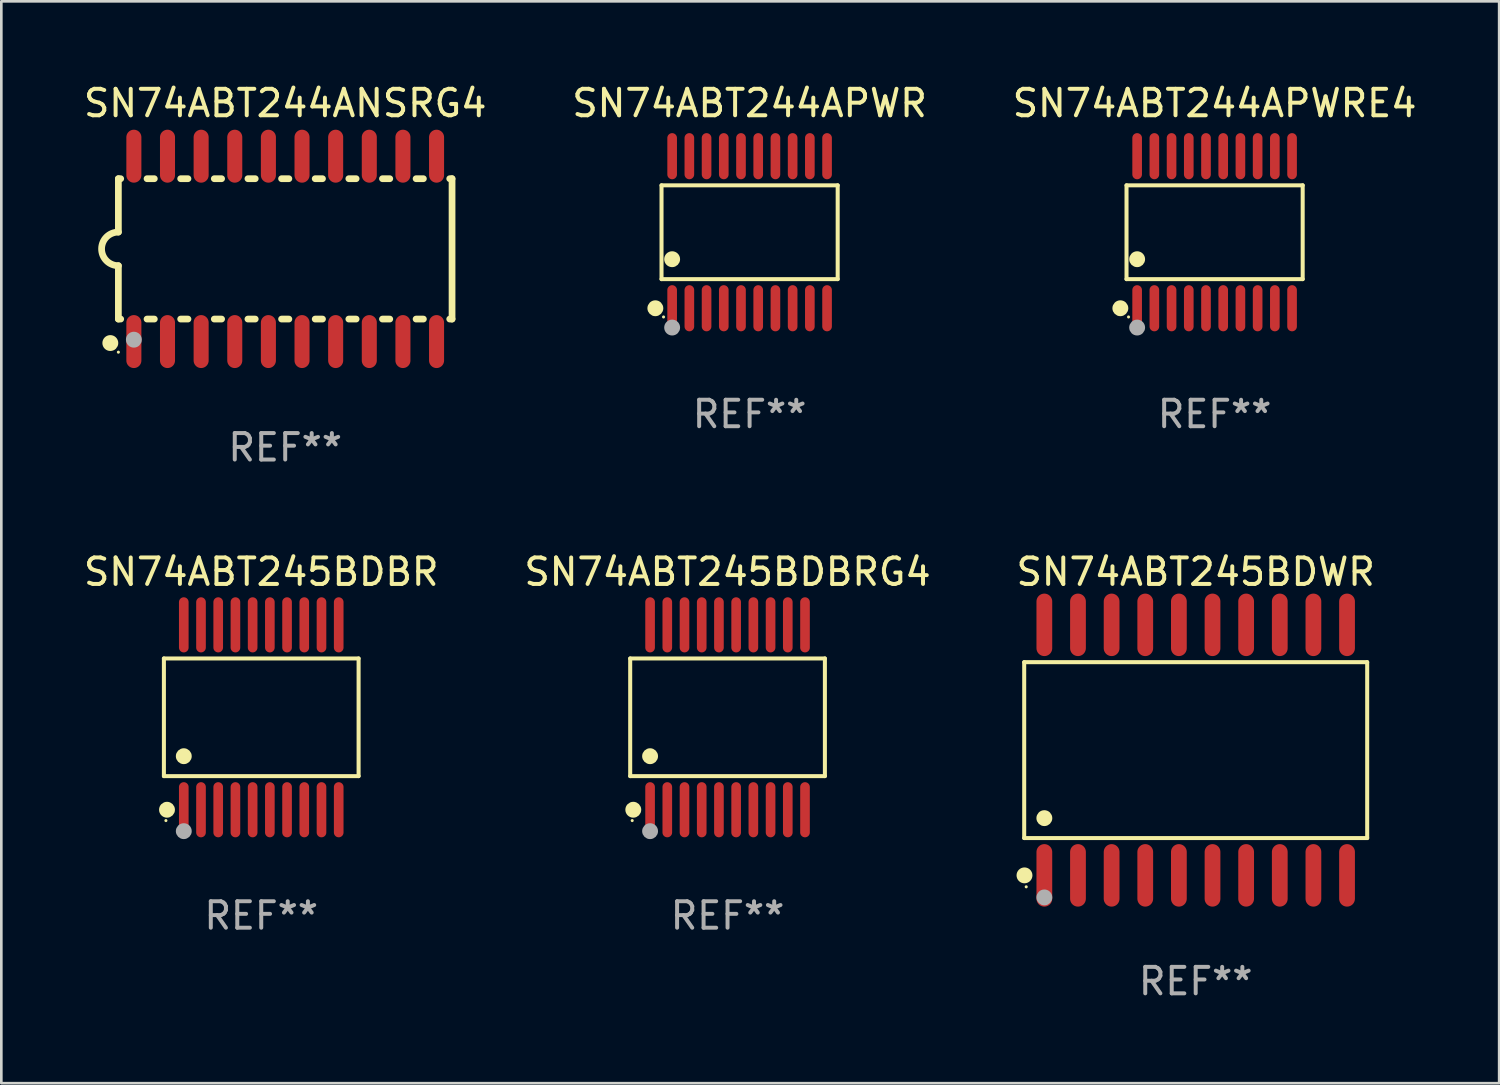
<source format=kicad_pcb>
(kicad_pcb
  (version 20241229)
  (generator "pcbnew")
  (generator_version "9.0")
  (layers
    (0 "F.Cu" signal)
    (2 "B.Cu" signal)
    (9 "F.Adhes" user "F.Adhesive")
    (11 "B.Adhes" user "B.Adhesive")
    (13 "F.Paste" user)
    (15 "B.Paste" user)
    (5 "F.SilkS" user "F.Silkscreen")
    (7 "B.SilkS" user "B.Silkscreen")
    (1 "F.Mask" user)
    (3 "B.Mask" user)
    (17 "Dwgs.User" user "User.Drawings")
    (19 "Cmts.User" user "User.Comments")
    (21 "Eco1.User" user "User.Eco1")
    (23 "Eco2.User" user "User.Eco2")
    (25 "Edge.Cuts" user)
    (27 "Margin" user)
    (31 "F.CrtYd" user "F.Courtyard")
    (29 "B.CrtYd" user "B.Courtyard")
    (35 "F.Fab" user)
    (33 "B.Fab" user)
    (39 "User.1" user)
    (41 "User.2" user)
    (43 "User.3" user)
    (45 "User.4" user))
  (footprint "SN74ABT245BDBR"
    (layer "F.Cu")
    (at 6.815 24.036)
    (property "Reference" "SN74ABT245BDBR" (at 0 -5.491 0) (layer "F.SilkS") (effects (font (size 1 1) (thickness 0.15))))
    (attr through_hole)
    (fp_line (start -3.676 -2.221) (end 3.676 -2.221) (stroke (width 0.152) (type solid)) (layer "F.SilkS"))
    (fp_line (start -3.676 2.221) (end -3.676 -2.221) (stroke (width 0.152) (type solid)) (layer "F.SilkS"))
    (fp_line (start 3.676 -2.221) (end 3.676 2.221) (stroke (width 0.152) (type solid)) (layer "F.SilkS"))
    (fp_line (start 3.676 2.221) (end -3.676 2.221) (stroke (width 0.152) (type solid)) (layer "F.SilkS"))
    (fp_circle (center -3.6 3.9) (end -3.57 3.9) (stroke (width 0.06) (type solid)) (fill no) (layer "F.SilkS"))
    (fp_circle (center -3.559 3.491) (end -3.409 3.491) (stroke (width 0.3) (type solid)) (fill no) (layer "F.SilkS"))
    (fp_circle (center -2.925 1.469) (end -2.775 1.469) (stroke (width 0.3) (type solid)) (fill no) (layer "F.SilkS"))
    (fp_circle (center -2.925 4.3) (end -2.775 4.3) (stroke (width 0.3) (type solid)) (fill no) (layer "F.Fab"))
    (fp_text user "REF**" (at 0 7.491 0) (layer "F.Fab") (effects (font (size 1 1) (thickness 0.15))))
    (pad "1" smd oval (at -2.925 3.491) (size 0.364 2.082) (layers "F.Cu" "F.Mask" "F.Paste"))
    (pad "2" smd oval (at -2.275 3.491) (size 0.364 2.082) (layers "F.Cu" "F.Mask" "F.Paste"))
    (pad "3" smd oval (at -1.625 3.491) (size 0.364 2.082) (layers "F.Cu" "F.Mask" "F.Paste"))
    (pad "4" smd oval (at -0.975 3.491) (size 0.364 2.082) (layers "F.Cu" "F.Mask" "F.Paste"))
    (pad "5" smd oval (at -0.325 3.491) (size 0.364 2.082) (layers "F.Cu" "F.Mask" "F.Paste"))
    (pad "6" smd oval (at 0.325 3.491) (size 0.364 2.082) (layers "F.Cu" "F.Mask" "F.Paste"))
    (pad "7" smd oval (at 0.975 3.491) (size 0.364 2.082) (layers "F.Cu" "F.Mask" "F.Paste"))
    (pad "8" smd oval (at 1.625 3.491) (size 0.364 2.082) (layers "F.Cu" "F.Mask" "F.Paste"))
    (pad "9" smd oval (at 2.275 3.491) (size 0.364 2.082) (layers "F.Cu" "F.Mask" "F.Paste"))
    (pad "10" smd oval (at 2.925 3.491) (size 0.364 2.082) (layers "F.Cu" "F.Mask" "F.Paste"))
    (pad "11" smd oval (at 2.925 -3.491) (size 0.364 2.082) (layers "F.Cu" "F.Mask" "F.Paste"))
    (pad "12" smd oval (at 2.275 -3.491) (size 0.364 2.082) (layers "F.Cu" "F.Mask" "F.Paste"))
    (pad "13" smd oval (at 1.625 -3.491) (size 0.364 2.082) (layers "F.Cu" "F.Mask" "F.Paste"))
    (pad "14" smd oval (at 0.975 -3.491) (size 0.364 2.082) (layers "F.Cu" "F.Mask" "F.Paste"))
    (pad "15" smd oval (at 0.325 -3.491) (size 0.364 2.082) (layers "F.Cu" "F.Mask" "F.Paste"))
    (pad "16" smd oval (at -0.325 -3.491) (size 0.364 2.082) (layers "F.Cu" "F.Mask" "F.Paste"))
    (pad "17" smd oval (at -0.975 -3.491) (size 0.364 2.082) (layers "F.Cu" "F.Mask" "F.Paste"))
    (pad "18" smd oval (at -1.625 -3.491) (size 0.364 2.082) (layers "F.Cu" "F.Mask" "F.Paste"))
    (pad "19" smd oval (at -2.275 -3.491) (size 0.364 2.082) (layers "F.Cu" "F.Mask" "F.Paste"))
    (pad "20" smd oval (at -2.925 -3.491) (size 0.364 2.082) (layers "F.Cu" "F.Mask" "F.Paste")))
  (footprint "SN74ABT244ANSRG4"
    (layer "F.Cu")
    (at 7.72 6.348)
    (property "Reference" "SN74ABT244ANSRG4" (at 0 -5.5 0) (layer "F.SilkS") (effects (font (size 1 1) (thickness 0.15))))
    (attr through_hole)
    (fp_line (start -6.3 -2.65) (end -6.3 -0.635) (stroke (width 0.254) (type solid)) (layer "F.SilkS"))
    (fp_line (start -6.3 -2.65) (end -6.212 -2.65) (stroke (width 0.254) (type solid)) (layer "F.SilkS"))
    (fp_line (start -6.3 2.65) (end -6.3 0.635) (stroke (width 0.254) (type solid)) (layer "F.SilkS"))
    (fp_line (start -6.3 2.65) (end -6.212 2.65) (stroke (width 0.254) (type solid)) (layer "F.SilkS"))
    (fp_line (start -5.218 -2.65) (end -4.942 -2.65) (stroke (width 0.254) (type solid)) (layer "F.SilkS"))
    (fp_line (start -5.218 2.65) (end -4.942 2.65) (stroke (width 0.254) (type solid)) (layer "F.SilkS"))
    (fp_line (start -3.948 -2.65) (end -3.672 -2.65) (stroke (width 0.254) (type solid)) (layer "F.SilkS"))
    (fp_line (start -3.948 2.65) (end -3.672 2.65) (stroke (width 0.254) (type solid)) (layer "F.SilkS"))
    (fp_line (start -2.678 -2.65) (end -2.402 -2.65) (stroke (width 0.254) (type solid)) (layer "F.SilkS"))
    (fp_line (start -2.678 2.65) (end -2.402 2.65) (stroke (width 0.254) (type solid)) (layer "F.SilkS"))
    (fp_line (start -1.408 -2.65) (end -1.132 -2.65) (stroke (width 0.254) (type solid)) (layer "F.SilkS"))
    (fp_line (start -1.408 2.65) (end -1.132 2.65) (stroke (width 0.254) (type solid)) (layer "F.SilkS"))
    (fp_line (start -0.138 -2.65) (end 0.138 -2.65) (stroke (width 0.254) (type solid)) (layer "F.SilkS"))
    (fp_line (start -0.138 2.65) (end 0.138 2.65) (stroke (width 0.254) (type solid)) (layer "F.SilkS"))
    (fp_line (start 1.132 -2.65) (end 1.408 -2.65) (stroke (width 0.254) (type solid)) (layer "F.SilkS"))
    (fp_line (start 1.132 2.65) (end 1.408 2.65) (stroke (width 0.254) (type solid)) (layer "F.SilkS"))
    (fp_line (start 2.402 -2.65) (end 2.678 -2.65) (stroke (width 0.254) (type solid)) (layer "F.SilkS"))
    (fp_line (start 2.402 2.65) (end 2.678 2.65) (stroke (width 0.254) (type solid)) (layer "F.SilkS"))
    (fp_line (start 3.672 -2.65) (end 3.948 -2.65) (stroke (width 0.254) (type solid)) (layer "F.SilkS"))
    (fp_line (start 3.672 2.65) (end 3.948 2.65) (stroke (width 0.254) (type solid)) (layer "F.SilkS"))
    (fp_line (start 4.942 -2.65) (end 5.218 -2.65) (stroke (width 0.254) (type solid)) (layer "F.SilkS"))
    (fp_line (start 4.942 2.65) (end 5.218 2.65) (stroke (width 0.254) (type solid)) (layer "F.SilkS"))
    (fp_line (start 6.212 -2.65) (end 6.3 -2.65) (stroke (width 0.254) (type solid)) (layer "F.SilkS"))
    (fp_line (start 6.212 2.65) (end 6.3 2.65) (stroke (width 0.254) (type solid)) (layer "F.SilkS"))
    (fp_line (start 6.3 -2.65) (end 6.3 2.65) (stroke (width 0.254) (type solid)) (layer "F.SilkS"))
    (fp_arc (start -6.299975 0.634874) (mid -6.933579 0.000127) (end -6.299213 -0.633858) (stroke (width 0.254001) (type solid)) (layer "F.SilkS"))
    (fp_circle (center -6.604 3.556) (end -6.454 3.556) (stroke (width 0.3) (type solid)) (fill no) (layer "F.SilkS"))
    (fp_circle (center -6.3 3.9) (end -6.27 3.9) (stroke (width 0.06) (type solid)) (fill no) (layer "F.SilkS"))
    (fp_circle (center -5.715 3.429) (end -5.565 3.429) (stroke (width 0.3) (type solid)) (fill no) (layer "F.Fab"))
    (fp_text user "REF**" (at 0 7.5 0) (layer "F.Fab") (effects (font (size 1 1) (thickness 0.15))))
    (pad "1" smd oval (at -5.715 3.5) (size 0.568 2) (layers "F.Cu" "F.Mask" "F.Paste"))
    (pad "2" smd oval (at -4.445 3.5) (size 0.568 2) (layers "F.Cu" "F.Mask" "F.Paste"))
    (pad "3" smd oval (at -3.175 3.5) (size 0.568 2) (layers "F.Cu" "F.Mask" "F.Paste"))
    (pad "4" smd oval (at -1.905 3.5) (size 0.568 2) (layers "F.Cu" "F.Mask" "F.Paste"))
    (pad "5" smd oval (at -0.635 3.5) (size 0.568 2) (layers "F.Cu" "F.Mask" "F.Paste"))
    (pad "6" smd oval (at 0.635 3.5) (size 0.568 2) (layers "F.Cu" "F.Mask" "F.Paste"))
    (pad "7" smd oval (at 1.905 3.5) (size 0.568 2) (layers "F.Cu" "F.Mask" "F.Paste"))
    (pad "8" smd oval (at 3.175 3.5) (size 0.568 2) (layers "F.Cu" "F.Mask" "F.Paste"))
    (pad "9" smd oval (at 4.445 3.5) (size 0.568 2) (layers "F.Cu" "F.Mask" "F.Paste"))
    (pad "10" smd oval (at 5.715 3.5) (size 0.568 2) (layers "F.Cu" "F.Mask" "F.Paste"))
    (pad "11" smd oval (at 5.715 -3.5) (size 0.568 2) (layers "F.Cu" "F.Mask" "F.Paste"))
    (pad "12" smd oval (at 4.445 -3.5) (size 0.568 2) (layers "F.Cu" "F.Mask" "F.Paste"))
    (pad "13" smd oval (at 3.175 -3.5) (size 0.568 2) (layers "F.Cu" "F.Mask" "F.Paste"))
    (pad "14" smd oval (at 1.905 -3.5) (size 0.568 2) (layers "F.Cu" "F.Mask" "F.Paste"))
    (pad "15" smd oval (at 0.635 -3.5) (size 0.568 2) (layers "F.Cu" "F.Mask" "F.Paste"))
    (pad "16" smd oval (at -0.635 -3.5) (size 0.568 2) (layers "F.Cu" "F.Mask" "F.Paste"))
    (pad "17" smd oval (at -1.905 -3.5) (size 0.568 2) (layers "F.Cu" "F.Mask" "F.Paste"))
    (pad "18" smd oval (at -3.175 -3.5) (size 0.568 2) (layers "F.Cu" "F.Mask" "F.Paste"))
    (pad "19" smd oval (at -4.445 -3.5) (size 0.568 2) (layers "F.Cu" "F.Mask" "F.Paste"))
    (pad "20" smd oval (at -5.715 -3.5) (size 0.568 2) (layers "F.Cu" "F.Mask" "F.Paste")))
  (footprint "SN74ABT245BDWR"
    (layer "F.Cu")
    (at 42.101 25.275)
    (property "Reference" "SN74ABT245BDWR" (at 0 -6.73 0) (layer "F.SilkS") (effects (font (size 1 1) (thickness 0.15))))
    (attr through_hole)
    (fp_line (start -6.476 -3.321) (end 6.476 -3.321) (stroke (width 0.152) (type solid)) (layer "F.SilkS"))
    (fp_line (start -6.476 3.321) (end -6.476 -3.321) (stroke (width 0.152) (type solid)) (layer "F.SilkS"))
    (fp_line (start 6.476 -3.321) (end 6.476 3.321) (stroke (width 0.152) (type solid)) (layer "F.SilkS"))
    (fp_line (start 6.476 3.321) (end -6.476 3.321) (stroke (width 0.152) (type solid)) (layer "F.SilkS"))
    (fp_circle (center -6.465 4.73) (end -6.315 4.73) (stroke (width 0.3) (type solid)) (fill no) (layer "F.SilkS"))
    (fp_circle (center -6.4 5.163) (end -6.37 5.163) (stroke (width 0.06) (type solid)) (fill no) (layer "F.SilkS"))
    (fp_circle (center -5.715 2.569) (end -5.565 2.569) (stroke (width 0.3) (type solid)) (fill no) (layer "F.SilkS"))
    (fp_circle (center -5.715 5.563) (end -5.565 5.563) (stroke (width 0.3) (type solid)) (fill no) (layer "F.Fab"))
    (fp_text user "REF**" (at 0 8.73 0) (layer "F.Fab") (effects (font (size 1 1) (thickness 0.15))))
    (pad "1" smd oval (at -5.715 4.73) (size 0.595 2.36) (layers "F.Cu" "F.Mask" "F.Paste"))
    (pad "2" smd oval (at -4.445 4.73) (size 0.595 2.36) (layers "F.Cu" "F.Mask" "F.Paste"))
    (pad "3" smd oval (at -3.175 4.73) (size 0.595 2.36) (layers "F.Cu" "F.Mask" "F.Paste"))
    (pad "4" smd oval (at -1.905 4.73) (size 0.595 2.36) (layers "F.Cu" "F.Mask" "F.Paste"))
    (pad "5" smd oval (at -0.635 4.73) (size 0.595 2.36) (layers "F.Cu" "F.Mask" "F.Paste"))
    (pad "6" smd oval (at 0.635 4.73) (size 0.595 2.36) (layers "F.Cu" "F.Mask" "F.Paste"))
    (pad "7" smd oval (at 1.905 4.73) (size 0.595 2.36) (layers "F.Cu" "F.Mask" "F.Paste"))
    (pad "8" smd oval (at 3.175 4.73) (size 0.595 2.36) (layers "F.Cu" "F.Mask" "F.Paste"))
    (pad "9" smd oval (at 4.445 4.73) (size 0.595 2.36) (layers "F.Cu" "F.Mask" "F.Paste"))
    (pad "10" smd oval (at 5.715 4.73) (size 0.595 2.36) (layers "F.Cu" "F.Mask" "F.Paste"))
    (pad "11" smd oval (at 5.715 -4.73) (size 0.595 2.36) (layers "F.Cu" "F.Mask" "F.Paste"))
    (pad "12" smd oval (at 4.445 -4.73) (size 0.595 2.36) (layers "F.Cu" "F.Mask" "F.Paste"))
    (pad "13" smd oval (at 3.175 -4.73) (size 0.595 2.36) (layers "F.Cu" "F.Mask" "F.Paste"))
    (pad "14" smd oval (at 1.905 -4.73) (size 0.595 2.36) (layers "F.Cu" "F.Mask" "F.Paste"))
    (pad "15" smd oval (at 0.635 -4.73) (size 0.595 2.36) (layers "F.Cu" "F.Mask" "F.Paste"))
    (pad "16" smd oval (at -0.635 -4.73) (size 0.595 2.36) (layers "F.Cu" "F.Mask" "F.Paste"))
    (pad "17" smd oval (at -1.905 -4.73) (size 0.595 2.36) (layers "F.Cu" "F.Mask" "F.Paste"))
    (pad "18" smd oval (at -3.175 -4.73) (size 0.595 2.36) (layers "F.Cu" "F.Mask" "F.Paste"))
    (pad "19" smd oval (at -4.445 -4.73) (size 0.595 2.36) (layers "F.Cu" "F.Mask" "F.Paste"))
    (pad "20" smd oval (at -5.715 -4.73) (size 0.595 2.36) (layers "F.Cu" "F.Mask" "F.Paste")))
  (footprint "SN74ABT245BDBRG4"
    (layer "F.Cu")
    (at 24.423 24.036)
    (property "Reference" "SN74ABT245BDBRG4" (at 0 -5.491 0) (layer "F.SilkS") (effects (font (size 1 1) (thickness 0.15))))
    (attr through_hole)
    (fp_line (start -3.676 -2.221) (end 3.676 -2.221) (stroke (width 0.152) (type solid)) (layer "F.SilkS"))
    (fp_line (start -3.676 2.221) (end -3.676 -2.221) (stroke (width 0.152) (type solid)) (layer "F.SilkS"))
    (fp_line (start 3.676 -2.221) (end 3.676 2.221) (stroke (width 0.152) (type solid)) (layer "F.SilkS"))
    (fp_line (start 3.676 2.221) (end -3.676 2.221) (stroke (width 0.152) (type solid)) (layer "F.SilkS"))
    (fp_circle (center -3.6 3.9) (end -3.57 3.9) (stroke (width 0.06) (type solid)) (fill no) (layer "F.SilkS"))
    (fp_circle (center -3.559 3.491) (end -3.409 3.491) (stroke (width 0.3) (type solid)) (fill no) (layer "F.SilkS"))
    (fp_circle (center -2.925 1.469) (end -2.775 1.469) (stroke (width 0.3) (type solid)) (fill no) (layer "F.SilkS"))
    (fp_circle (center -2.925 4.3) (end -2.775 4.3) (stroke (width 0.3) (type solid)) (fill no) (layer "F.Fab"))
    (fp_text user "REF**" (at 0 7.491 0) (layer "F.Fab") (effects (font (size 1 1) (thickness 0.15))))
    (pad "1" smd oval (at -2.925 3.491) (size 0.364 2.082) (layers "F.Cu" "F.Mask" "F.Paste"))
    (pad "2" smd oval (at -2.275 3.491) (size 0.364 2.082) (layers "F.Cu" "F.Mask" "F.Paste"))
    (pad "3" smd oval (at -1.625 3.491) (size 0.364 2.082) (layers "F.Cu" "F.Mask" "F.Paste"))
    (pad "4" smd oval (at -0.975 3.491) (size 0.364 2.082) (layers "F.Cu" "F.Mask" "F.Paste"))
    (pad "5" smd oval (at -0.325 3.491) (size 0.364 2.082) (layers "F.Cu" "F.Mask" "F.Paste"))
    (pad "6" smd oval (at 0.325 3.491) (size 0.364 2.082) (layers "F.Cu" "F.Mask" "F.Paste"))
    (pad "7" smd oval (at 0.975 3.491) (size 0.364 2.082) (layers "F.Cu" "F.Mask" "F.Paste"))
    (pad "8" smd oval (at 1.625 3.491) (size 0.364 2.082) (layers "F.Cu" "F.Mask" "F.Paste"))
    (pad "9" smd oval (at 2.275 3.491) (size 0.364 2.082) (layers "F.Cu" "F.Mask" "F.Paste"))
    (pad "10" smd oval (at 2.925 3.491) (size 0.364 2.082) (layers "F.Cu" "F.Mask" "F.Paste"))
    (pad "11" smd oval (at 2.925 -3.491) (size 0.364 2.082) (layers "F.Cu" "F.Mask" "F.Paste"))
    (pad "12" smd oval (at 2.275 -3.491) (size 0.364 2.082) (layers "F.Cu" "F.Mask" "F.Paste"))
    (pad "13" smd oval (at 1.625 -3.491) (size 0.364 2.082) (layers "F.Cu" "F.Mask" "F.Paste"))
    (pad "14" smd oval (at 0.975 -3.491) (size 0.364 2.082) (layers "F.Cu" "F.Mask" "F.Paste"))
    (pad "15" smd oval (at 0.325 -3.491) (size 0.364 2.082) (layers "F.Cu" "F.Mask" "F.Paste"))
    (pad "16" smd oval (at -0.325 -3.491) (size 0.364 2.082) (layers "F.Cu" "F.Mask" "F.Paste"))
    (pad "17" smd oval (at -0.975 -3.491) (size 0.364 2.082) (layers "F.Cu" "F.Mask" "F.Paste"))
    (pad "18" smd oval (at -1.625 -3.491) (size 0.364 2.082) (layers "F.Cu" "F.Mask" "F.Paste"))
    (pad "19" smd oval (at -2.275 -3.491) (size 0.364 2.082) (layers "F.Cu" "F.Mask" "F.Paste"))
    (pad "20" smd oval (at -2.925 -3.491) (size 0.364 2.082) (layers "F.Cu" "F.Mask" "F.Paste")))
  (footprint "SN74ABT244APWR"
    (layer "F.Cu")
    (at 25.256 5.719)
    (property "Reference" "SN74ABT244APWR" (at 0 -4.871 0) (layer "F.SilkS") (effects (font (size 1 1) (thickness 0.15))))
    (attr through_hole)
    (fp_line (start -3.326 -1.771) (end 3.326 -1.771) (stroke (width 0.152) (type solid)) (layer "F.SilkS"))
    (fp_line (start -3.326 1.771) (end -3.326 -1.771) (stroke (width 0.152) (type solid)) (layer "F.SilkS"))
    (fp_line (start 3.326 -1.771) (end 3.326 1.771) (stroke (width 0.152) (type solid)) (layer "F.SilkS"))
    (fp_line (start 3.326 1.771) (end -3.326 1.771) (stroke (width 0.152) (type solid)) (layer "F.SilkS"))
    (fp_circle (center -3.559 2.871) (end -3.409 2.871) (stroke (width 0.3) (type solid)) (fill no) (layer "F.SilkS"))
    (fp_circle (center -3.25 3.2) (end -3.22 3.2) (stroke (width 0.06) (type solid)) (fill no) (layer "F.SilkS"))
    (fp_circle (center -2.925 1.019) (end -2.775 1.019) (stroke (width 0.3) (type solid)) (fill no) (layer "F.SilkS"))
    (fp_circle (center -2.925 3.6) (end -2.775 3.6) (stroke (width 0.3) (type solid)) (fill no) (layer "F.Fab"))
    (fp_text user "REF**" (at 0 6.871 0) (layer "F.Fab") (effects (font (size 1 1) (thickness 0.15))))
    (pad "1" smd oval (at -2.925 2.871) (size 0.364 1.742) (layers "F.Cu" "F.Mask" "F.Paste"))
    (pad "2" smd oval (at -2.275 2.871) (size 0.364 1.742) (layers "F.Cu" "F.Mask" "F.Paste"))
    (pad "3" smd oval (at -1.625 2.871) (size 0.364 1.742) (layers "F.Cu" "F.Mask" "F.Paste"))
    (pad "4" smd oval (at -0.975 2.871) (size 0.364 1.742) (layers "F.Cu" "F.Mask" "F.Paste"))
    (pad "5" smd oval (at -0.325 2.871) (size 0.364 1.742) (layers "F.Cu" "F.Mask" "F.Paste"))
    (pad "6" smd oval (at 0.325 2.871) (size 0.364 1.742) (layers "F.Cu" "F.Mask" "F.Paste"))
    (pad "7" smd oval (at 0.975 2.871) (size 0.364 1.742) (layers "F.Cu" "F.Mask" "F.Paste"))
    (pad "8" smd oval (at 1.625 2.871) (size 0.364 1.742) (layers "F.Cu" "F.Mask" "F.Paste"))
    (pad "9" smd oval (at 2.275 2.871) (size 0.364 1.742) (layers "F.Cu" "F.Mask" "F.Paste"))
    (pad "10" smd oval (at 2.925 2.871) (size 0.364 1.742) (layers "F.Cu" "F.Mask" "F.Paste"))
    (pad "11" smd oval (at 2.925 -2.871) (size 0.364 1.742) (layers "F.Cu" "F.Mask" "F.Paste"))
    (pad "12" smd oval (at 2.275 -2.871) (size 0.364 1.742) (layers "F.Cu" "F.Mask" "F.Paste"))
    (pad "13" smd oval (at 1.625 -2.871) (size 0.364 1.742) (layers "F.Cu" "F.Mask" "F.Paste"))
    (pad "14" smd oval (at 0.975 -2.871) (size 0.364 1.742) (layers "F.Cu" "F.Mask" "F.Paste"))
    (pad "15" smd oval (at 0.325 -2.871) (size 0.364 1.742) (layers "F.Cu" "F.Mask" "F.Paste"))
    (pad "16" smd oval (at -0.325 -2.871) (size 0.364 1.742) (layers "F.Cu" "F.Mask" "F.Paste"))
    (pad "17" smd oval (at -0.975 -2.871) (size 0.364 1.742) (layers "F.Cu" "F.Mask" "F.Paste"))
    (pad "18" smd oval (at -1.625 -2.871) (size 0.364 1.742) (layers "F.Cu" "F.Mask" "F.Paste"))
    (pad "19" smd oval (at -2.275 -2.871) (size 0.364 1.742) (layers "F.Cu" "F.Mask" "F.Paste"))
    (pad "20" smd oval (at -2.925 -2.871) (size 0.364 1.742) (layers "F.Cu" "F.Mask" "F.Paste")))
  (footprint "SN74ABT244APWRE4"
    (layer "F.Cu")
    (at 42.815 5.719)
    (property "Reference" "SN74ABT244APWRE4" (at 0 -4.871 0) (layer "F.SilkS") (effects (font (size 1 1) (thickness 0.15))))
    (attr through_hole)
    (fp_line (start -3.326 -1.771) (end 3.326 -1.771) (stroke (width 0.152) (type solid)) (layer "F.SilkS"))
    (fp_line (start -3.326 1.771) (end -3.326 -1.771) (stroke (width 0.152) (type solid)) (layer "F.SilkS"))
    (fp_line (start 3.326 -1.771) (end 3.326 1.771) (stroke (width 0.152) (type solid)) (layer "F.SilkS"))
    (fp_line (start 3.326 1.771) (end -3.326 1.771) (stroke (width 0.152) (type solid)) (layer "F.SilkS"))
    (fp_circle (center -3.559 2.871) (end -3.409 2.871) (stroke (width 0.3) (type solid)) (fill no) (layer "F.SilkS"))
    (fp_circle (center -3.25 3.2) (end -3.22 3.2) (stroke (width 0.06) (type solid)) (fill no) (layer "F.SilkS"))
    (fp_circle (center -2.925 1.019) (end -2.775 1.019) (stroke (width 0.3) (type solid)) (fill no) (layer "F.SilkS"))
    (fp_circle (center -2.925 3.6) (end -2.775 3.6) (stroke (width 0.3) (type solid)) (fill no) (layer "F.Fab"))
    (fp_text user "REF**" (at 0 6.871 0) (layer "F.Fab") (effects (font (size 1 1) (thickness 0.15))))
    (pad "1" smd oval (at -2.925 2.871) (size 0.364 1.742) (layers "F.Cu" "F.Mask" "F.Paste"))
    (pad "2" smd oval (at -2.275 2.871) (size 0.364 1.742) (layers "F.Cu" "F.Mask" "F.Paste"))
    (pad "3" smd oval (at -1.625 2.871) (size 0.364 1.742) (layers "F.Cu" "F.Mask" "F.Paste"))
    (pad "4" smd oval (at -0.975 2.871) (size 0.364 1.742) (layers "F.Cu" "F.Mask" "F.Paste"))
    (pad "5" smd oval (at -0.325 2.871) (size 0.364 1.742) (layers "F.Cu" "F.Mask" "F.Paste"))
    (pad "6" smd oval (at 0.325 2.871) (size 0.364 1.742) (layers "F.Cu" "F.Mask" "F.Paste"))
    (pad "7" smd oval (at 0.975 2.871) (size 0.364 1.742) (layers "F.Cu" "F.Mask" "F.Paste"))
    (pad "8" smd oval (at 1.625 2.871) (size 0.364 1.742) (layers "F.Cu" "F.Mask" "F.Paste"))
    (pad "9" smd oval (at 2.275 2.871) (size 0.364 1.742) (layers "F.Cu" "F.Mask" "F.Paste"))
    (pad "10" smd oval (at 2.925 2.871) (size 0.364 1.742) (layers "F.Cu" "F.Mask" "F.Paste"))
    (pad "11" smd oval (at 2.925 -2.871) (size 0.364 1.742) (layers "F.Cu" "F.Mask" "F.Paste"))
    (pad "12" smd oval (at 2.275 -2.871) (size 0.364 1.742) (layers "F.Cu" "F.Mask" "F.Paste"))
    (pad "13" smd oval (at 1.625 -2.871) (size 0.364 1.742) (layers "F.Cu" "F.Mask" "F.Paste"))
    (pad "14" smd oval (at 0.975 -2.871) (size 0.364 1.742) (layers "F.Cu" "F.Mask" "F.Paste"))
    (pad "15" smd oval (at 0.325 -2.871) (size 0.364 1.742) (layers "F.Cu" "F.Mask" "F.Paste"))
    (pad "16" smd oval (at -0.325 -2.871) (size 0.364 1.742) (layers "F.Cu" "F.Mask" "F.Paste"))
    (pad "17" smd oval (at -0.975 -2.871) (size 0.364 1.742) (layers "F.Cu" "F.Mask" "F.Paste"))
    (pad "18" smd oval (at -1.625 -2.871) (size 0.364 1.742) (layers "F.Cu" "F.Mask" "F.Paste"))
    (pad "19" smd oval (at -2.275 -2.871) (size 0.364 1.742) (layers "F.Cu" "F.Mask" "F.Paste"))
    (pad "20" smd oval (at -2.925 -2.871) (size 0.364 1.742) (layers "F.Cu" "F.Mask" "F.Paste")))
  (gr_rect
    (start -3 -3)
    (end 53.56 37.853)
    (stroke (width 0.1) (type default))
    (fill no)
    (layer "Edge.Cuts")))
</source>
